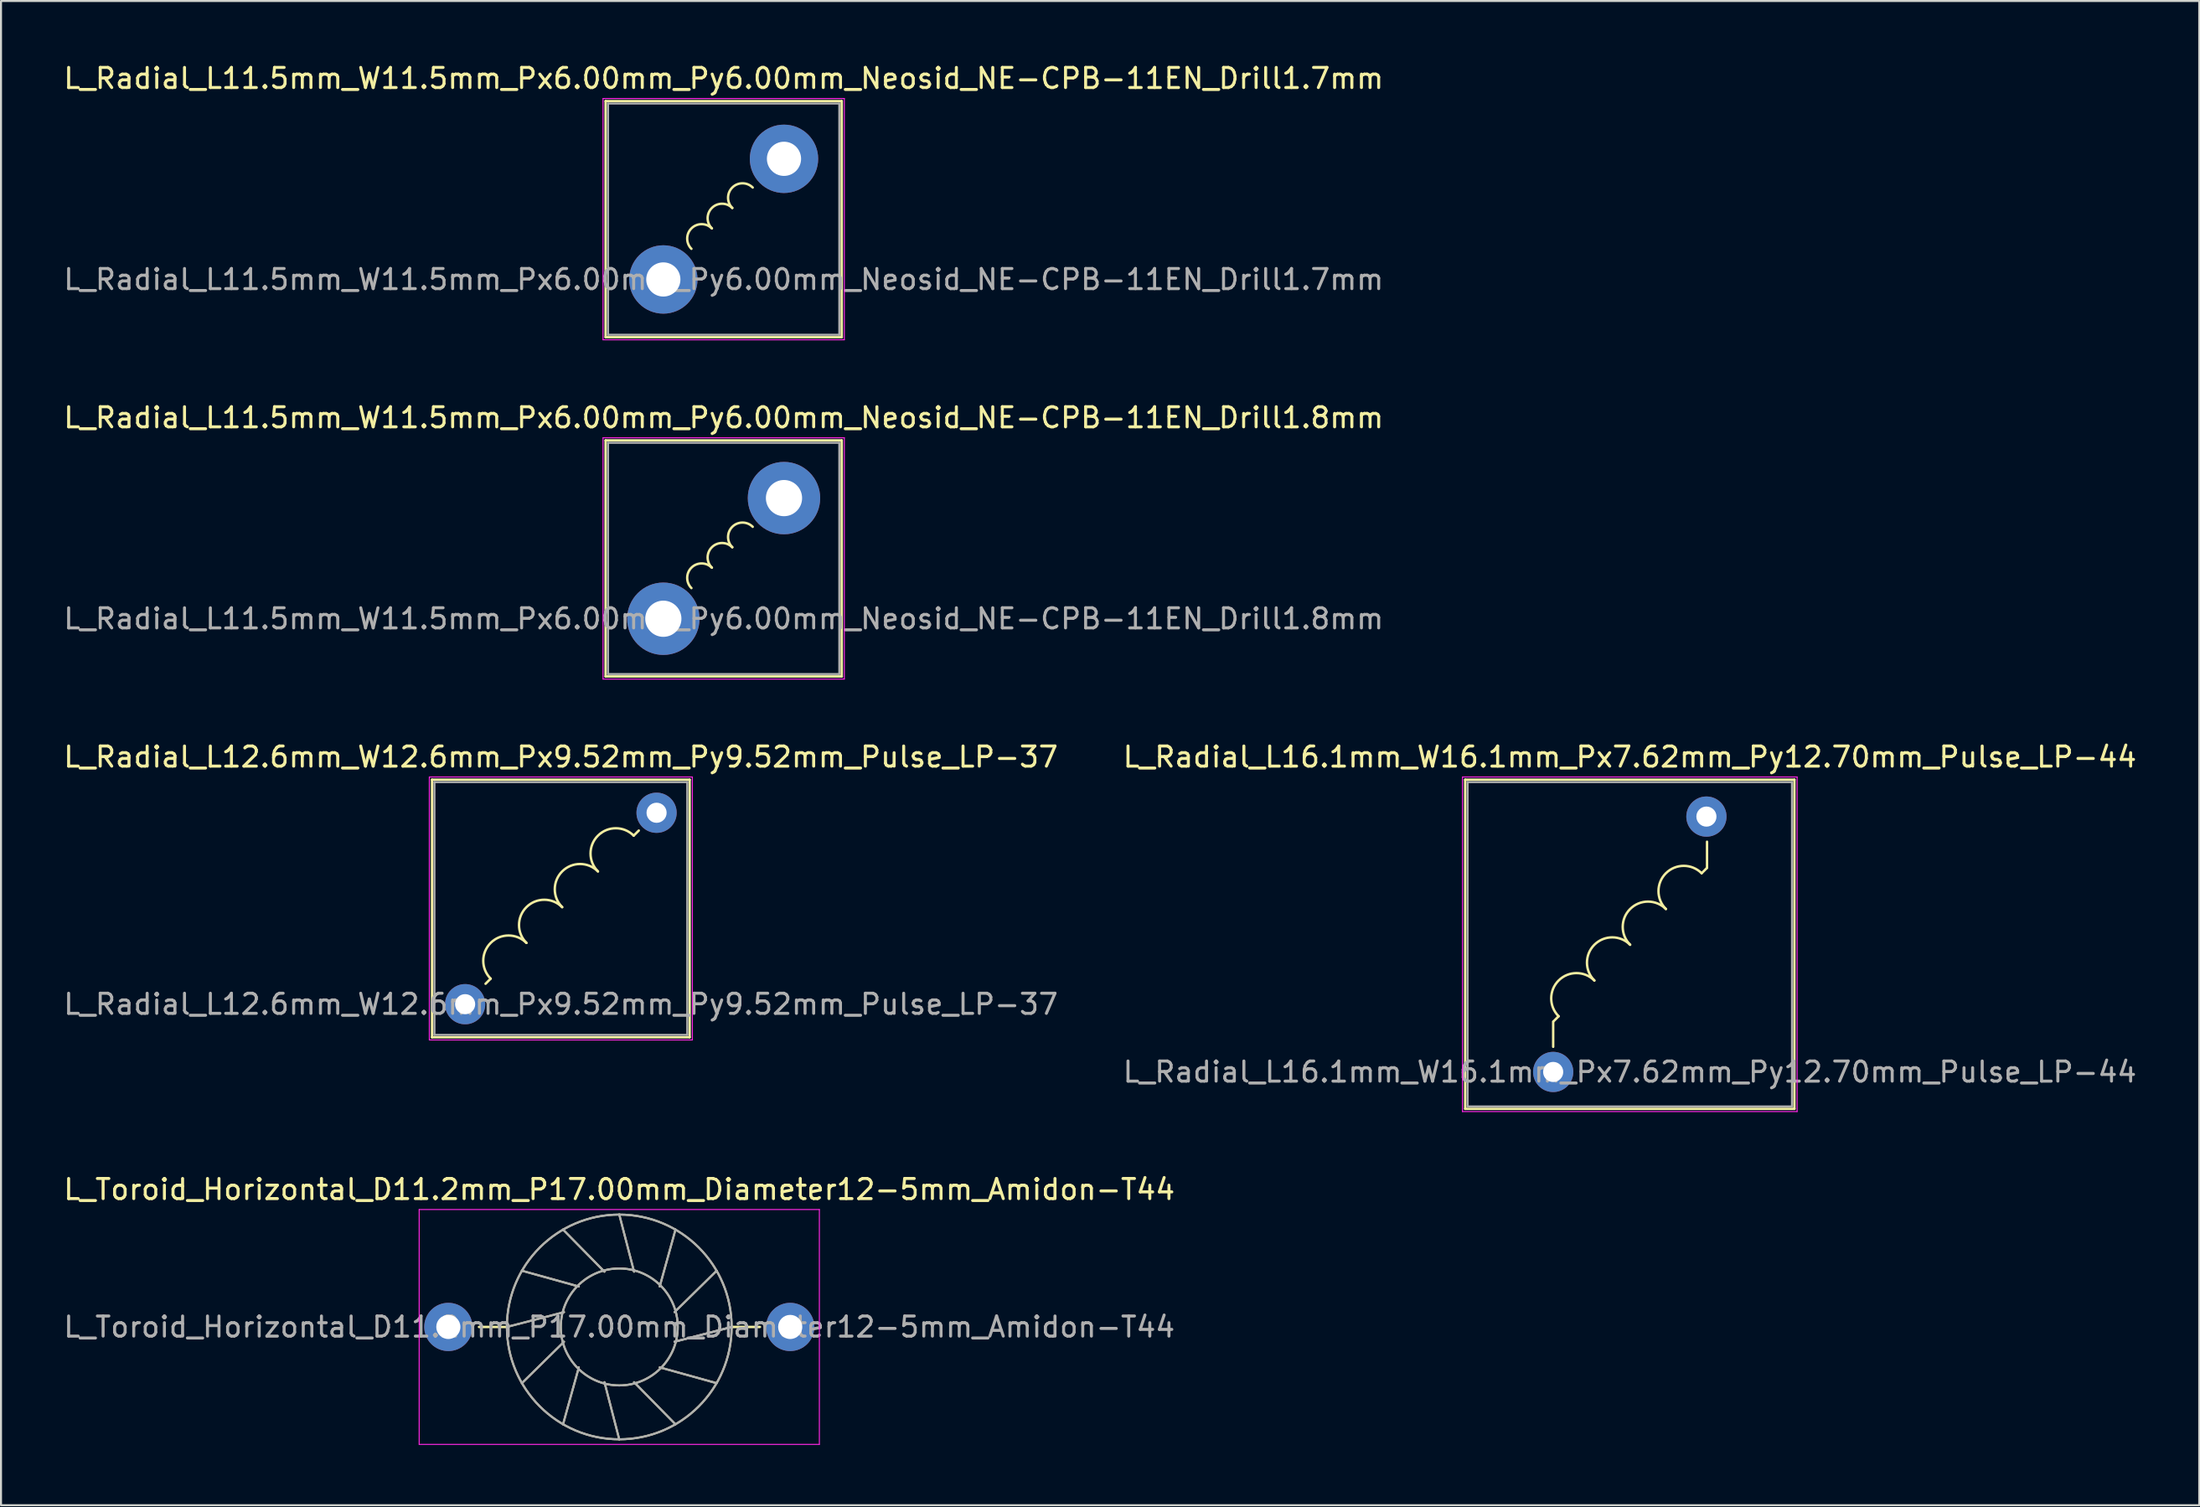
<source format=kicad_pcb>
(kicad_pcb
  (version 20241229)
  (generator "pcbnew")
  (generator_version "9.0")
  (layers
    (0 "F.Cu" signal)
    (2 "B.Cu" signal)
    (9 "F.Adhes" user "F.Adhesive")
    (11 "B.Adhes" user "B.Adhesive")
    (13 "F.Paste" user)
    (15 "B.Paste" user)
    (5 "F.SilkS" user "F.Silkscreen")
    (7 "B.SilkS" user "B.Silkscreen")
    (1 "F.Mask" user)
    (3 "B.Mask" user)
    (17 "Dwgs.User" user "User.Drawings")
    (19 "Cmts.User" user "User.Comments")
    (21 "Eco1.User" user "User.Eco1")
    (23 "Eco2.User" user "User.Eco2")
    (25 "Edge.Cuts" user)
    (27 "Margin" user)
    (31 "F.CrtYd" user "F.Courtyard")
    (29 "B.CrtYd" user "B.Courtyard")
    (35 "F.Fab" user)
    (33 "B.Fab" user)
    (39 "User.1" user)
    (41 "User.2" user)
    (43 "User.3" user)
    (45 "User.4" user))
  (footprint "L_Toroid_Horizontal_D11.2mm_P17.00mm_Diameter12-5mm_Amidon-T44"
    (layer "F.Cu")
    (at 19.244 62.941)
    (property "Reference" "L_Toroid_Horizontal_D11.2mm_P17.00mm_Diameter12-5mm_Amidon-T44" (at 8.5 -6.838 0) (layer "F.SilkS") (effects (font (size 1 1) (thickness 0.15))))
    (attr through_hole)
    (fp_line (start 2.906 0.001) (end 1.524 0) (stroke (width 0.12) (type solid)) (layer "F.SilkS"))
    (fp_line (start 2.906 0.001) (end 5.753 -0.736) (stroke (width 0.1) (type solid)) (layer "F.SilkS"))
    (fp_line (start 3.655 -2.796) (end 6.489 -2.011) (stroke (width 0.1) (type solid)) (layer "F.SilkS"))
    (fp_line (start 3.656 2.797) (end 5.753 0.736) (stroke (width 0.1) (type solid)) (layer "F.SilkS"))
    (fp_line (start 5.702 -4.844) (end 7.764 -2.747) (stroke (width 0.1) (type solid)) (layer "F.SilkS"))
    (fp_line (start 5.703 4.845) (end 6.489 2.011) (stroke (width 0.1) (type solid)) (layer "F.SilkS"))
    (fp_line (start 8.499 -5.594) (end 9.236 -2.747) (stroke (width 0.1) (type solid)) (layer "F.SilkS"))
    (fp_line (start 8.5 5.594) (end 7.764 2.747) (stroke (width 0.1) (type solid)) (layer "F.SilkS"))
    (fp_line (start 11.296 -4.845) (end 10.511 -2.011) (stroke (width 0.1) (type solid)) (layer "F.SilkS"))
    (fp_line (start 11.297 4.844) (end 9.236 2.747) (stroke (width 0.1) (type solid)) (layer "F.SilkS"))
    (fp_line (start 13.344 -2.798) (end 11.247 -0.737) (stroke (width 0.1) (type solid)) (layer "F.SilkS"))
    (fp_line (start 13.344 2.797) (end 10.511 2.011) (stroke (width 0.1) (type solid)) (layer "F.SilkS"))
    (fp_line (start 14.088 0) (end 15.494 0) (stroke (width 0.12) (type solid)) (layer "F.SilkS"))
    (fp_line (start 14.094 0) (end 11.247 0.736) (stroke (width 0.1) (type solid)) (layer "F.SilkS"))
    (fp_circle (center 8.5 0) (end 11.408 0) (stroke (width 0.1) (type solid)) (fill no) (layer "F.SilkS"))
    (fp_circle (center 8.5 0) (end 14.088 0) (stroke (width 0.1) (type solid)) (fill no) (layer "F.SilkS"))
    (fp_line (start -1.45 -5.84) (end -1.45 5.84) (stroke (width 0.05) (type solid)) (layer "F.CrtYd"))
    (fp_line (start -1.45 5.84) (end 18.45 5.84) (stroke (width 0.05) (type solid)) (layer "F.CrtYd"))
    (fp_line (start 18.45 -5.84) (end -1.45 -5.84) (stroke (width 0.05) (type solid)) (layer "F.CrtYd"))
    (fp_line (start 18.45 5.84) (end 18.45 -5.84) (stroke (width 0.05) (type solid)) (layer "F.CrtYd"))
    (fp_line (start 2.906 0.001) (end 5.753 -0.736) (stroke (width 0.1) (type solid)) (layer "F.Fab"))
    (fp_line (start 3.655 -2.796) (end 6.489 -2.011) (stroke (width 0.1) (type solid)) (layer "F.Fab"))
    (fp_line (start 3.656 2.797) (end 5.753 0.736) (stroke (width 0.1) (type solid)) (layer "F.Fab"))
    (fp_line (start 5.702 -4.844) (end 7.764 -2.747) (stroke (width 0.1) (type solid)) (layer "F.Fab"))
    (fp_line (start 5.703 4.845) (end 6.489 2.011) (stroke (width 0.1) (type solid)) (layer "F.Fab"))
    (fp_line (start 8.499 -5.594) (end 9.236 -2.747) (stroke (width 0.1) (type solid)) (layer "F.Fab"))
    (fp_line (start 8.5 5.594) (end 7.764 2.747) (stroke (width 0.1) (type solid)) (layer "F.Fab"))
    (fp_line (start 11.296 -4.845) (end 10.511 -2.011) (stroke (width 0.1) (type solid)) (layer "F.Fab"))
    (fp_line (start 11.297 4.844) (end 9.236 2.747) (stroke (width 0.1) (type solid)) (layer "F.Fab"))
    (fp_line (start 13.344 -2.798) (end 11.247 -0.737) (stroke (width 0.1) (type solid)) (layer "F.Fab"))
    (fp_line (start 13.344 2.797) (end 10.511 2.011) (stroke (width 0.1) (type solid)) (layer "F.Fab"))
    (fp_line (start 14.094 -0.001) (end 11.247 0.736) (stroke (width 0.1) (type solid)) (layer "F.Fab"))
    (fp_line (start 14.094 0) (end 11.247 0.736) (stroke (width 0.1) (type solid)) (layer "F.Fab"))
    (fp_circle (center 8.5 0) (end 11.408 0) (stroke (width 0.1) (type solid)) (fill no) (layer "F.Fab"))
    (fp_circle (center 8.5 0) (end 14.088 0) (stroke (width 0.1) (type solid)) (fill no) (layer "F.Fab"))
    (fp_text user "${REFERENCE}" (at 8.5 0 0) (layer "F.Fab") (effects (font (size 1 1) (thickness 0.15))))
    (pad "1" thru_hole circle (at 0 0) (size 2.4 2.4) (drill 1.2) (layers "*.Cu" "*.Mask"))
    (pad "2" thru_hole circle (at 17 0) (size 2.4 2.4) (drill 1.2) (layers "*.Cu" "*.Mask")))
  (footprint "L_Radial_L11.5mm_W11.5mm_Px6.00mm_Py6.00mm_Neosid_NE-CPB-11EN_Drill1.7mm"
    (layer "F.Cu")
    (at 29.935 10.848)
    (property "Reference" "L_Radial_L11.5mm_W11.5mm_Px6.00mm_Py6.00mm_Neosid_NE-CPB-11EN_Drill1.7mm" (at 3 -10 0) (layer "F.SilkS") (effects (font (size 1 1) (thickness 0.15))))
    (attr through_hole)
    (fp_line (start -2.87 -8.87) (end -2.87 2.87) (stroke (width 0.12) (type solid)) (layer "F.SilkS"))
    (fp_line (start -2.87 -8.87) (end 8.87 -8.87) (stroke (width 0.12) (type solid)) (layer "F.SilkS"))
    (fp_line (start -2.87 2.87) (end 8.87 2.87) (stroke (width 0.12) (type solid)) (layer "F.SilkS"))
    (fp_line (start 8.87 -8.87) (end 8.87 2.87) (stroke (width 0.12) (type solid)) (layer "F.SilkS"))
    (fp_arc (start 1.396996 -1.523996) (mid 1.396996 -2.539998) (end 2.412998 -2.539998) (stroke (width 0.12) (type solid)) (layer "F.SilkS"))
    (fp_arc (start 2.412998 -2.539998) (mid 2.412998 -3.556) (end 3.429 -3.556) (stroke (width 0.12) (type solid)) (layer "F.SilkS"))
    (fp_arc (start 3.429 -3.556) (mid 3.429 -4.571998) (end 4.444998 -4.571998) (stroke (width 0.12) (type solid)) (layer "F.SilkS"))
    (fp_line (start -3 -9) (end -3 3) (stroke (width 0.05) (type solid)) (layer "F.CrtYd"))
    (fp_line (start -3 3) (end 9 3) (stroke (width 0.05) (type solid)) (layer "F.CrtYd"))
    (fp_line (start 9 -9) (end -3 -9) (stroke (width 0.05) (type solid)) (layer "F.CrtYd"))
    (fp_line (start 9 3) (end 9 -9) (stroke (width 0.05) (type solid)) (layer "F.CrtYd"))
    (fp_line (start -2.75 -8.75) (end -2.75 2.75) (stroke (width 0.1) (type solid)) (layer "F.Fab"))
    (fp_line (start -2.75 2.75) (end 8.75 2.75) (stroke (width 0.1) (type solid)) (layer "F.Fab"))
    (fp_line (start 8.75 -8.75) (end -2.75 -8.75) (stroke (width 0.1) (type solid)) (layer "F.Fab"))
    (fp_line (start 8.75 2.75) (end 8.75 -8.75) (stroke (width 0.1) (type solid)) (layer "F.Fab"))
    (fp_text user "${REFERENCE}" (at 3 0 0) (layer "F.Fab") (effects (font (size 1 1) (thickness 0.15))))
    (pad "1" thru_hole circle (at 0 0) (size 3.4 3.4) (drill 1.7) (layers "*.Cu" "*.Mask"))
    (pad "2" thru_hole circle (at 6 -6) (size 3.4 3.4) (drill 1.7) (layers "*.Cu" "*.Mask")))
  (footprint "L_Radial_L12.6mm_W12.6mm_Px9.52mm_Py9.52mm_Pulse_LP-37"
    (layer "F.Cu")
    (at 20.079 46.89)
    (property "Reference" "L_Radial_L12.6mm_W12.6mm_Px9.52mm_Py9.52mm_Pulse_LP-37" (at 4.76 -12.295 0) (layer "F.SilkS") (effects (font (size 1 1) (thickness 0.15))))
    (attr through_hole)
    (fp_line (start -1.645 -11.165) (end -1.645 1.645) (stroke (width 0.12) (type solid)) (layer "F.SilkS"))
    (fp_line (start -1.645 -11.165) (end 11.165 -11.165) (stroke (width 0.12) (type solid)) (layer "F.SilkS"))
    (fp_line (start -1.645 1.645) (end 11.165 1.645) (stroke (width 0.12) (type solid)) (layer "F.SilkS"))
    (fp_line (start 1.27 -1.27) (end 1.016 -1.016) (stroke (width 0.12) (type solid)) (layer "F.SilkS"))
    (fp_line (start 8.636 -8.636) (end 8.382 -8.382) (stroke (width 0.12) (type solid)) (layer "F.SilkS"))
    (fp_line (start 11.165 -11.165) (end 11.165 1.645) (stroke (width 0.12) (type solid)) (layer "F.SilkS"))
    (fp_arc (start 1.27 -1.27) (mid 1.27 -3.048) (end 3.048 -3.048) (stroke (width 0.12) (type solid)) (layer "F.SilkS"))
    (fp_arc (start 3.048 -3.048) (mid 3.048 -4.826) (end 4.826 -4.826) (stroke (width 0.12) (type solid)) (layer "F.SilkS"))
    (fp_arc (start 4.826 -4.826) (mid 4.826 -6.604) (end 6.604 -6.604) (stroke (width 0.12) (type solid)) (layer "F.SilkS"))
    (fp_arc (start 6.604 -6.604) (mid 6.604 -8.382) (end 8.382 -8.382) (stroke (width 0.12) (type solid)) (layer "F.SilkS"))
    (fp_line (start -1.78 -11.3) (end -1.78 1.78) (stroke (width 0.05) (type solid)) (layer "F.CrtYd"))
    (fp_line (start -1.78 1.78) (end 11.3 1.78) (stroke (width 0.05) (type solid)) (layer "F.CrtYd"))
    (fp_line (start 11.3 -11.3) (end -1.78 -11.3) (stroke (width 0.05) (type solid)) (layer "F.CrtYd"))
    (fp_line (start 11.3 1.78) (end 11.3 -11.3) (stroke (width 0.05) (type solid)) (layer "F.CrtYd"))
    (fp_line (start -1.525 -11.045) (end -1.525 1.525) (stroke (width 0.1) (type solid)) (layer "F.Fab"))
    (fp_line (start -1.525 1.525) (end 11.045 1.525) (stroke (width 0.1) (type solid)) (layer "F.Fab"))
    (fp_line (start 11.045 -11.045) (end -1.525 -11.045) (stroke (width 0.1) (type solid)) (layer "F.Fab"))
    (fp_line (start 11.045 1.525) (end 11.045 -11.045) (stroke (width 0.1) (type solid)) (layer "F.Fab"))
    (fp_text user "${REFERENCE}" (at 4.76 0 0) (layer "F.Fab") (effects (font (size 1 1) (thickness 0.15))))
    (pad "1" thru_hole circle (at 0 0) (size 2 2) (drill 1) (layers "*.Cu" "*.Mask"))
    (pad "2" thru_hole circle (at 9.52 -9.52) (size 2 2) (drill 1) (layers "*.Cu" "*.Mask")))
  (footprint "L_Radial_L11.5mm_W11.5mm_Px6.00mm_Py6.00mm_Neosid_NE-CPB-11EN_Drill1.8mm"
    (layer "F.Cu")
    (at 29.935 27.721)
    (property "Reference" "L_Radial_L11.5mm_W11.5mm_Px6.00mm_Py6.00mm_Neosid_NE-CPB-11EN_Drill1.8mm" (at 3 -10 0) (layer "F.SilkS") (effects (font (size 1 1) (thickness 0.15))))
    (attr through_hole)
    (fp_line (start -2.87 -8.87) (end -2.87 2.87) (stroke (width 0.12) (type solid)) (layer "F.SilkS"))
    (fp_line (start -2.87 -8.87) (end 8.87 -8.87) (stroke (width 0.12) (type solid)) (layer "F.SilkS"))
    (fp_line (start -2.87 2.87) (end 8.87 2.87) (stroke (width 0.12) (type solid)) (layer "F.SilkS"))
    (fp_line (start 8.87 -8.87) (end 8.87 2.87) (stroke (width 0.12) (type solid)) (layer "F.SilkS"))
    (fp_arc (start 1.396996 -1.523996) (mid 1.396996 -2.539998) (end 2.412998 -2.539998) (stroke (width 0.12) (type solid)) (layer "F.SilkS"))
    (fp_arc (start 2.412998 -2.539998) (mid 2.412998 -3.556) (end 3.429 -3.556) (stroke (width 0.12) (type solid)) (layer "F.SilkS"))
    (fp_arc (start 3.429 -3.556) (mid 3.429 -4.571998) (end 4.444998 -4.571998) (stroke (width 0.12) (type solid)) (layer "F.SilkS"))
    (fp_line (start -3 -9) (end -3 3) (stroke (width 0.05) (type solid)) (layer "F.CrtYd"))
    (fp_line (start -3 3) (end 9 3) (stroke (width 0.05) (type solid)) (layer "F.CrtYd"))
    (fp_line (start 9 -9) (end -3 -9) (stroke (width 0.05) (type solid)) (layer "F.CrtYd"))
    (fp_line (start 9 3) (end 9 -9) (stroke (width 0.05) (type solid)) (layer "F.CrtYd"))
    (fp_line (start -2.75 -8.75) (end -2.75 2.75) (stroke (width 0.1) (type solid)) (layer "F.Fab"))
    (fp_line (start -2.75 2.75) (end 8.75 2.75) (stroke (width 0.1) (type solid)) (layer "F.Fab"))
    (fp_line (start 8.75 -8.75) (end -2.75 -8.75) (stroke (width 0.1) (type solid)) (layer "F.Fab"))
    (fp_line (start 8.75 2.75) (end 8.75 -8.75) (stroke (width 0.1) (type solid)) (layer "F.Fab"))
    (fp_text user "${REFERENCE}" (at 3 0 0) (layer "F.Fab") (effects (font (size 1 1) (thickness 0.15))))
    (pad "1" thru_hole circle (at 0 0) (size 3.6 3.6) (drill 1.8) (layers "*.Cu" "*.Mask"))
    (pad "2" thru_hole circle (at 6 -6) (size 3.6 3.6) (drill 1.8) (layers "*.Cu" "*.Mask")))
  (footprint "L_Radial_L16.1mm_W16.1mm_Px7.62mm_Py12.70mm_Pulse_LP-44"
    (layer "F.Cu")
    (at 74.184 50.26)
    (property "Reference" "L_Radial_L16.1mm_W16.1mm_Px7.62mm_Py12.70mm_Pulse_LP-44" (at 3.81 -15.665 0) (layer "F.SilkS") (effects (font (size 1 1) (thickness 0.15))))
    (attr through_hole)
    (fp_line (start -4.375 -14.535) (end -4.375 1.835) (stroke (width 0.12) (type solid)) (layer "F.SilkS"))
    (fp_line (start -4.375 -14.535) (end 11.995 -14.535) (stroke (width 0.12) (type solid)) (layer "F.SilkS"))
    (fp_line (start -4.375 1.835) (end 11.995 1.835) (stroke (width 0.12) (type solid)) (layer "F.SilkS"))
    (fp_line (start 0 -2.5) (end 0 -1.25) (stroke (width 0.12) (type solid)) (layer "F.SilkS"))
    (fp_line (start 0.27 -2.77) (end 0.016 -2.516) (stroke (width 0.12) (type solid)) (layer "F.SilkS"))
    (fp_line (start 7.636 -10.136) (end 7.382 -9.882) (stroke (width 0.12) (type solid)) (layer "F.SilkS"))
    (fp_line (start 7.65 -11.45) (end 7.65 -10.15) (stroke (width 0.12) (type solid)) (layer "F.SilkS"))
    (fp_line (start 11.995 -14.535) (end 11.995 1.835) (stroke (width 0.12) (type solid)) (layer "F.SilkS"))
    (fp_arc (start 0.27 -2.77) (mid 0.27 -4.548) (end 2.048 -4.548) (stroke (width 0.12) (type solid)) (layer "F.SilkS"))
    (fp_arc (start 2.048 -4.548) (mid 2.048 -6.326) (end 3.826 -6.326) (stroke (width 0.12) (type solid)) (layer "F.SilkS"))
    (fp_arc (start 3.826 -6.326) (mid 3.826 -8.104) (end 5.604 -8.104) (stroke (width 0.12) (type solid)) (layer "F.SilkS"))
    (fp_arc (start 5.604 -8.104) (mid 5.604 -9.882) (end 7.382 -9.882) (stroke (width 0.12) (type solid)) (layer "F.SilkS"))
    (fp_line (start -4.51 -14.67) (end -4.51 1.97) (stroke (width 0.05) (type solid)) (layer "F.CrtYd"))
    (fp_line (start -4.51 1.97) (end 12.13 1.97) (stroke (width 0.05) (type solid)) (layer "F.CrtYd"))
    (fp_line (start 12.13 -14.67) (end -4.51 -14.67) (stroke (width 0.05) (type solid)) (layer "F.CrtYd"))
    (fp_line (start 12.13 1.97) (end 12.13 -14.67) (stroke (width 0.05) (type solid)) (layer "F.CrtYd"))
    (fp_line (start -4.255 -14.415) (end -4.255 1.715) (stroke (width 0.1) (type solid)) (layer "F.Fab"))
    (fp_line (start -4.255 1.715) (end 11.875 1.715) (stroke (width 0.1) (type solid)) (layer "F.Fab"))
    (fp_line (start 11.875 -14.415) (end -4.255 -14.415) (stroke (width 0.1) (type solid)) (layer "F.Fab"))
    (fp_line (start 11.875 1.715) (end 11.875 -14.415) (stroke (width 0.1) (type solid)) (layer "F.Fab"))
    (fp_text user "${REFERENCE}" (at 3.81 0 0) (layer "F.Fab") (effects (font (size 1 1) (thickness 0.15))))
    (pad "1" thru_hole circle (at 0 0) (size 2 2) (drill 1) (layers "*.Cu" "*.Mask"))
    (pad "2" thru_hole circle (at 7.62 -12.7) (size 2 2) (drill 1) (layers "*.Cu" "*.Mask")))
  (gr_rect
    (start -3 -3)
    (end 106.31 71.806)
    (stroke (width 0.1) (type default))
    (fill no)
    (layer "Edge.Cuts")))
</source>
